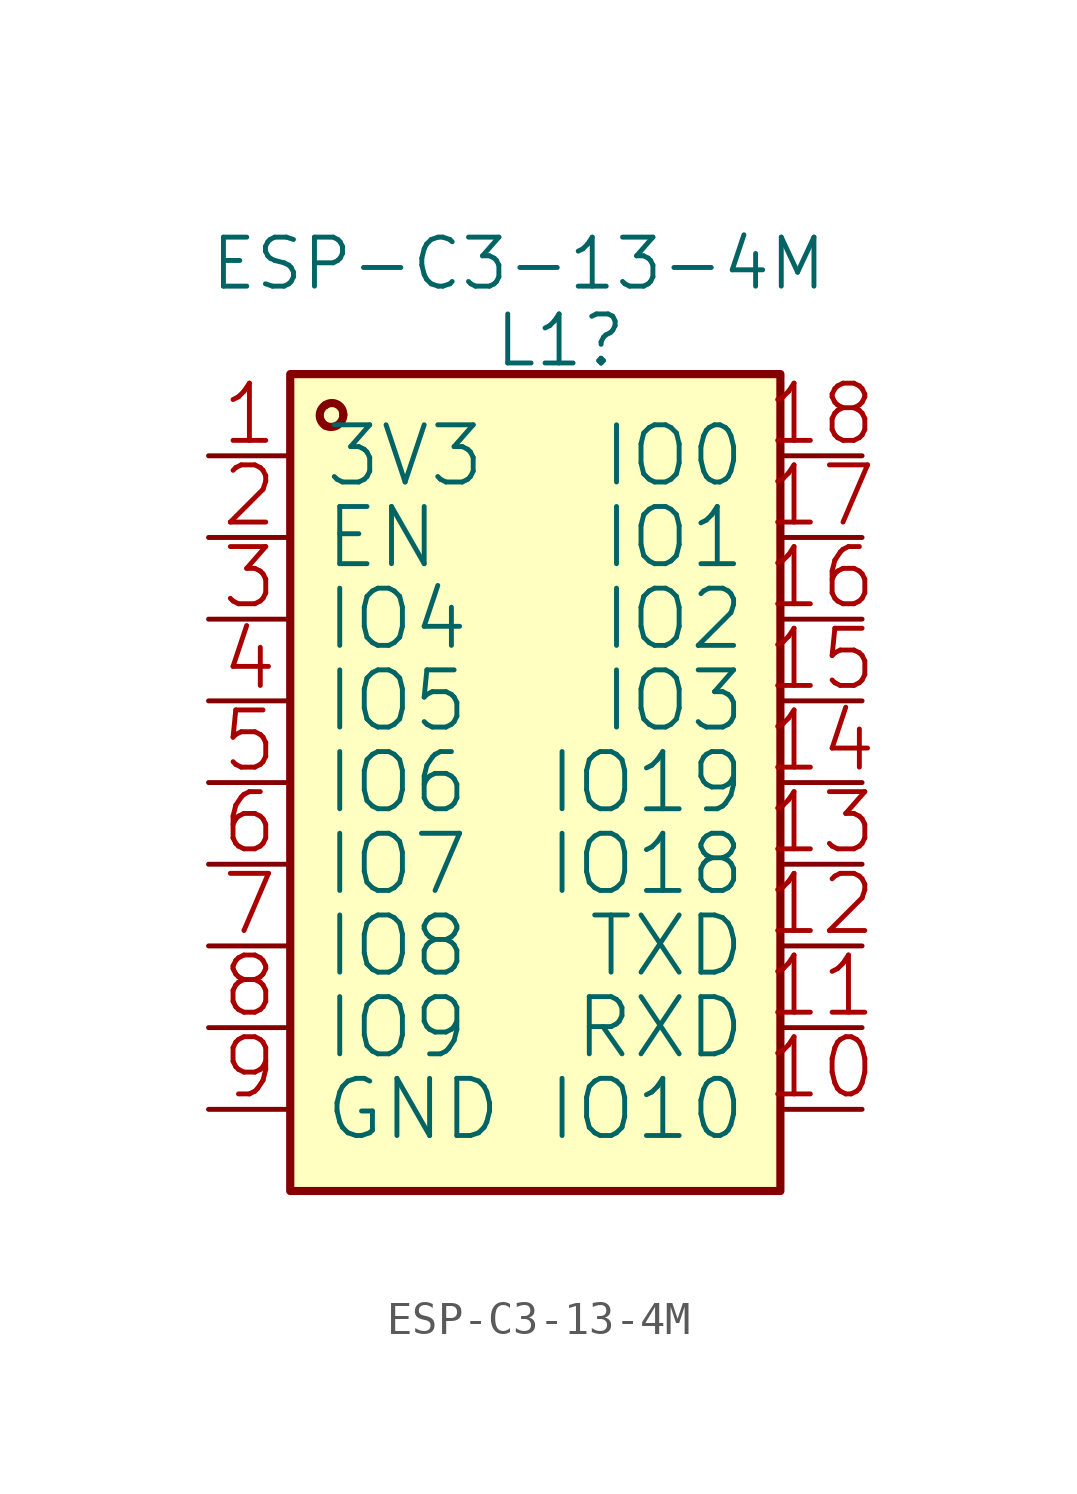
<source format=kicad_sym>
(kicad_symbol_lib
  (version 20211014)
  (generator kicad_symbol_editor)
  (symbol "ESP-C3-13-4M"
    (pin_names
      (offset 1.016))
    (property "Reference" "L1"
      (at -1.321 12.852 0)
      (effects (font (size 1.524 1.524)) (justify left bottom)))
    (property "Value" "ESP-C3-13-4M"
      (at -10.16 15.24 0)
      (effects (font (size 1.524 1.524)) (justify left bottom)))
    (property "Footprint" ""
      (at -1.321 13.106 0)
      (effects (font (size 1.524 1.524))))
    (property "Datasheet" ""
      (at -1.321 13.106 0)
      (effects (font (size 1.524 1.524))))
    (symbol "ESP-C3-13-4M_0_1"
      (rectangle (start -7.62 -12.7) (end 7.62 12.7) (stroke (width 0.254) (type default) (color 0 0 0 0)) (fill (type background)))
      (pin passive line (at -10.16 10.16 0) (length 2.54) (name "3V3" (effects (font (size 1.778 1.778)))) (number "1" (effects (font (size 1.778 1.778)))))
      (pin passive line (at 10.16 -10.16 180) (length 2.54) (name "IO10" (effects (font (size 1.778 1.778)))) (number "10" (effects (font (size 1.778 1.778)))))
      (pin passive line (at 10.16 -7.62 180) (length 2.54) (name "RXD" (effects (font (size 1.778 1.778)))) (number "11" (effects (font (size 1.778 1.778)))))
      (pin passive line (at 10.16 -5.08 180) (length 2.54) (name "TXD" (effects (font (size 1.778 1.778)))) (number "12" (effects (font (size 1.778 1.778)))))
      (pin passive line (at 10.16 -2.54 180) (length 2.54) (name "IO18" (effects (font (size 1.778 1.778)))) (number "13" (effects (font (size 1.778 1.778)))))
      (pin passive line (at 10.16 0 180) (length 2.54) (name "IO19" (effects (font (size 1.778 1.778)))) (number "14" (effects (font (size 1.778 1.778)))))
      (pin passive line (at 10.16 2.54 180) (length 2.54) (name "IO3" (effects (font (size 1.778 1.778)))) (number "15" (effects (font (size 1.778 1.778)))))
      (pin passive line (at 10.16 5.08 180) (length 2.54) (name "IO2" (effects (font (size 1.778 1.778)))) (number "16" (effects (font (size 1.778 1.778)))))
      (pin passive line (at 10.16 7.62 180) (length 2.54) (name "IO1" (effects (font (size 1.778 1.778)))) (number "17" (effects (font (size 1.778 1.778)))))
      (pin passive line (at 10.16 10.16 180) (length 2.54) (name "IO0" (effects (font (size 1.778 1.778)))) (number "18" (effects (font (size 1.778 1.778)))))
      (pin passive line (at -10.16 7.62 0) (length 2.54) (name "EN" (effects (font (size 1.778 1.778)))) (number "2" (effects (font (size 1.778 1.778)))))
      (pin passive line (at -10.16 5.08 0) (length 2.54) (name "IO4" (effects (font (size 1.778 1.778)))) (number "3" (effects (font (size 1.778 1.778)))))
      (pin passive line (at -10.16 2.54 0) (length 2.54) (name "IO5" (effects (font (size 1.778 1.778)))) (number "4" (effects (font (size 1.778 1.778)))))
      (pin passive line (at -10.16 0 0) (length 2.54) (name "IO6" (effects (font (size 1.778 1.778)))) (number "5" (effects (font (size 1.778 1.778)))))
      (pin passive line (at -10.16 -2.54 0) (length 2.54) (name "IO7" (effects (font (size 1.778 1.778)))) (number "6" (effects (font (size 1.778 1.778)))))
      (pin passive line (at -10.16 -5.08 0) (length 2.54) (name "IO8" (effects (font (size 1.778 1.778)))) (number "7" (effects (font (size 1.778 1.778)))))
      (pin passive line (at -10.16 -7.62 0) (length 2.54) (name "IO9" (effects (font (size 1.778 1.778)))) (number "8" (effects (font (size 1.778 1.778)))))
      (pin passive line (at -10.16 -10.16 0) (length 2.54) (name "GND" (effects (font (size 1.778 1.778)))) (number "9" (effects (font (size 1.778 1.778))))))
    (symbol "ESP-C3-13-4M_1_1"
      (arc (start -6.5278 11.0998) (mid -6.1577 11.108) (end -5.969 11.43) (stroke (width 0.254) (type default) (color 0 0 0 0)) (fill (type none)))
      (arc (start -6.5278 11.7348) (mid -6.7028 11.424) (end -6.5278 11.0998) (stroke (width 0.254) (type default) (color 0 0 0 0)) (fill (type none)))
      (arc (start -5.969 11.43) (mid -6.1602 11.7604) (end -6.5278 11.7348) (stroke (width 0.254) (type default) (color 0 0 0 0)) (fill (type none))))))
</source>
